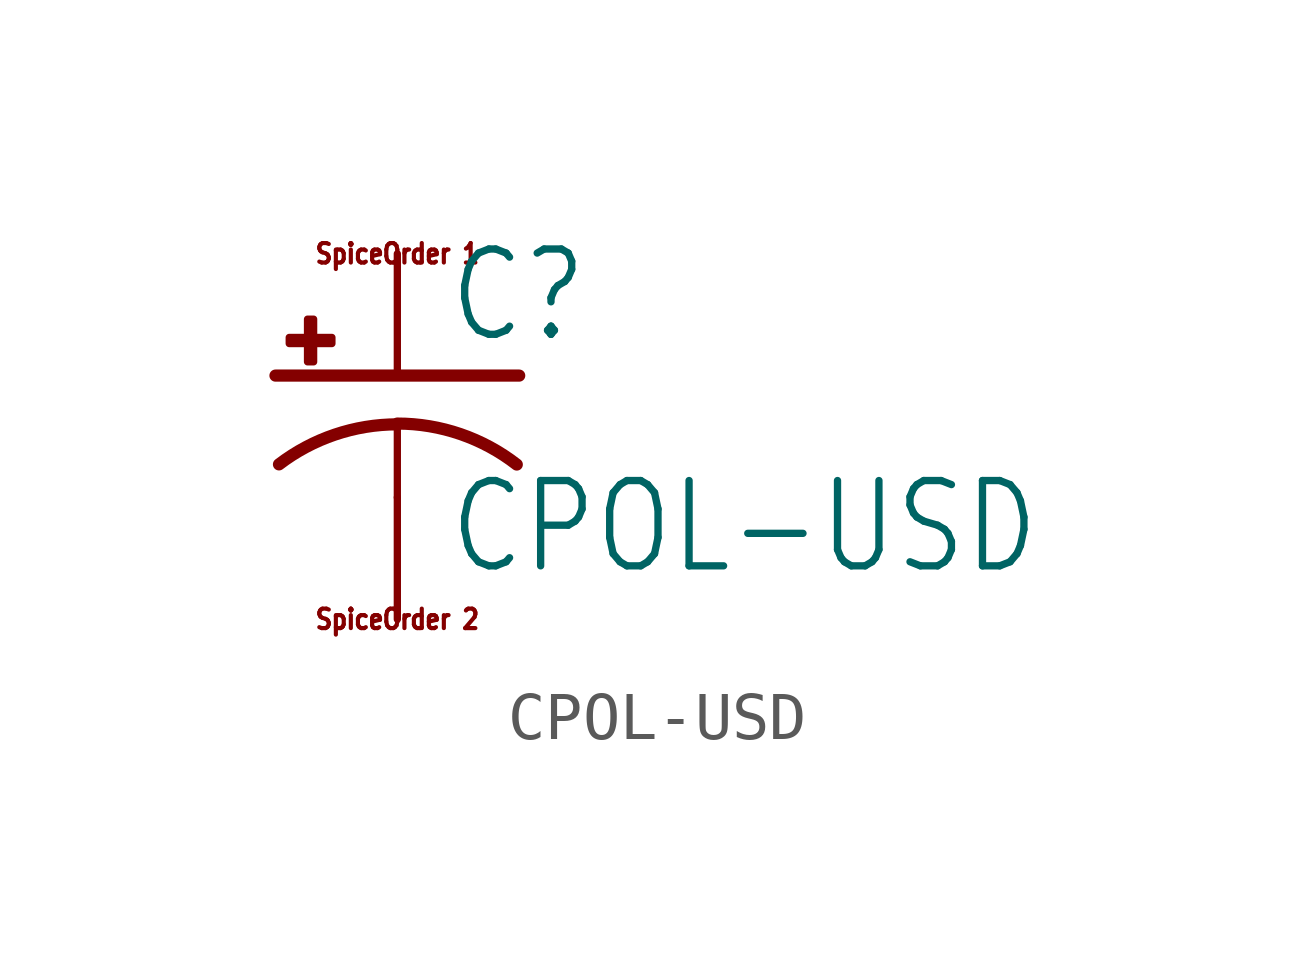
<source format=kicad_sym>
(kicad_symbol_lib
  (version 20211014)
  (generator kicad_symbol_editor)
  (symbol "CPOL-USD"
    (property "Reference" "C"
      (at 1.016 0.635 0)
      (effects (font (size 1.778 1.511)) (justify left bottom)))
    (property "Value" "CPOL-USD"
      (at 1.016 -4.191 0)
      (effects (font (size 1.778 1.511)) (justify left bottom)))
    (property "ki_locked" ""
      (at 0 0 0)
      (effects (font (size 1.27 1.27))))
    (symbol "CPOL-USD_1_0"
      (rectangle (start -2.253 0.668) (end -1.364 0.795) (stroke (width 0) (type default) (color 0 0 0 0)) (fill (type outline)))
      (rectangle (start -1.872 0.287) (end -1.745 1.176) (stroke (width 0) (type default) (color 0 0 0 0)) (fill (type outline)))
      (arc (start 0 -1.0161) (mid -1.3021 -1.2302) (end -2.4669 -1.8504) (stroke (width 0.254) (type default) (color 0 0 0 0)) (fill (type none)))
      (polyline (pts (xy -2.54 0) (xy 2.54 0)) (stroke (width 0.254) (type default) (color 0 0 0 0)) (fill (type none)))
      (polyline (pts (xy 0 -1.016) (xy 0 -2.54)) (stroke (width 0.152) (type default) (color 0 0 0 0)) (fill (type none)))
      (arc (start 2.4892 -1.8542) (mid 1.3158 -1.2195) (end 0 -1) (stroke (width 0.254) (type default) (color 0 0 0 0)) (fill (type none)))
      (text "SpiceOrder 1" (at 0 2.54 0) (effects (font (size 0.406 0.345))))
      (text "SpiceOrder 2" (at 0 -5.08 0) (effects (font (size 0.406 0.345))))
      (pin passive line (at 0 2.54 270) (length 2.54) (name "+" (effects (font (size 0 0)))) (number "+" (effects (font (size 0 0)))))
      (pin passive line (at 0 -5.08 90) (length 2.54) (name "-" (effects (font (size 0 0)))) (number "-" (effects (font (size 0 0))))))))
</source>
